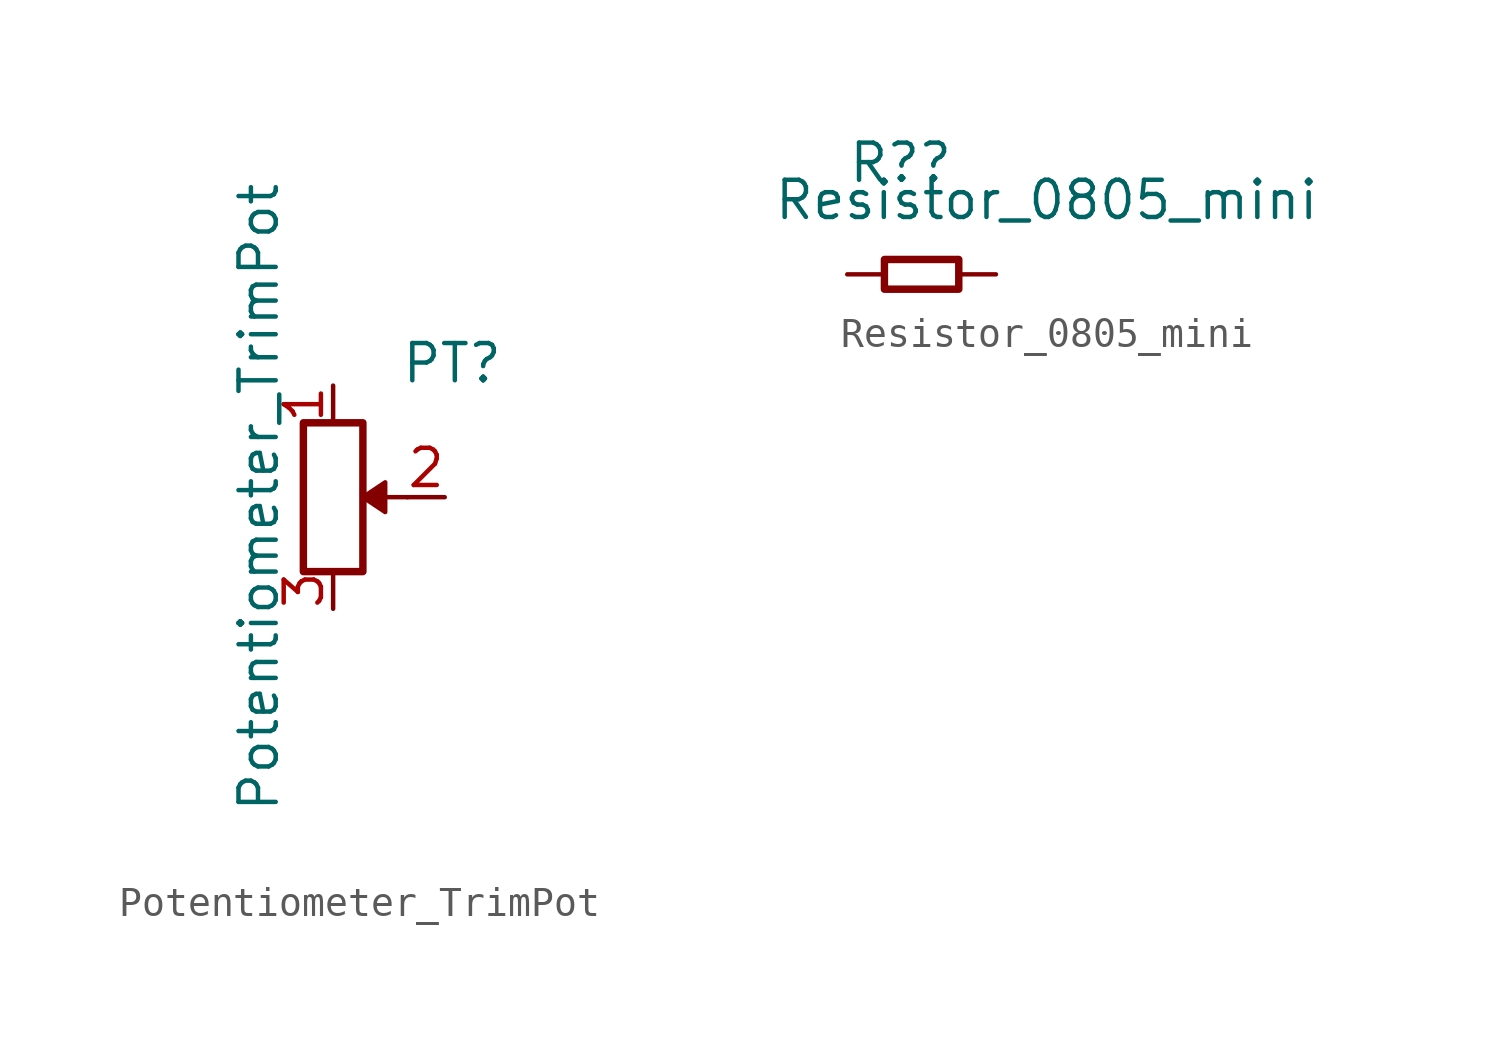
<source format=kicad_sym>
(kicad_symbol_lib
  (version 20211014)
  (generator kicad_symbol_editor)
  (symbol "Potentiometer_TrimPot"
    (pin_names
      (offset 1.016) hide)
    (property "Reference" "PT"
      (at 4.064 4.572 0)
      (effects (font (size 1.27 1.27))))
    (property "Value" "Potentiometer_TrimPot"
      (at -2.54 0 90)
      (effects (font (size 1.27 1.27))))
    (symbol "Potentiometer_TrimPot_0_1"
      (polyline (pts (xy 2.54 0) (xy 1.524 0)) (stroke (width 0) (type default) (color 0 0 0 0)) (fill (type none)))
      (polyline (pts (xy 1.016 0) (xy 1.778 0.508) (xy 1.778 -0.508) (xy 1.016 0)) (stroke (width 0) (type default) (color 0 0 0 0)) (fill (type outline)))
      (rectangle (start 1.016 2.54) (end -1.016 -2.54) (stroke (width 0.254) (type default) (color 0 0 0 0)) (fill (type none))))
    (symbol "Potentiometer_TrimPot_1_1"
      (pin passive line (at 0 3.81 270) (length 1.27) (name "1" (effects (font (size 1.27 1.27)))) (number "1" (effects (font (size 1.27 1.27)))))
      (pin passive line (at 3.81 0 180) (length 1.27) (name "2" (effects (font (size 1.27 1.27)))) (number "2" (effects (font (size 1.27 1.27)))))
      (pin passive line (at 0 -3.81 90) (length 1.27) (name "3" (effects (font (size 1.27 1.27)))) (number "3" (effects (font (size 1.27 1.27)))))))
  (symbol "Resistor_0805_mini"
    (pin_numbers hide)
    (pin_names
      (offset 0))
    (property "Reference" "R?"
      (at -2.54 3.81 0)
      (effects (font (size 1.27 1.27)) (justify left)))
    (property "Value" "Resistor_0805_mini"
      (at -5.08 2.54 0)
      (effects (font (size 1.27 1.27)) (justify left)))
    (symbol "Resistor_0805_mini_0_1"
      (rectangle (start -1.27 0.508) (end 1.27 -0.508) (stroke (width 0.254) (type default) (color 0 0 0 0)) (fill (type none))))
    (symbol "Resistor_0805_mini_1_1"
      (pin passive line (at -2.54 0 0) (length 1.27) (name "~" (effects (font (size 1.27 1.27)))) (number "1" (effects (font (size 1.27 1.27)))))
      (pin passive line (at 2.54 0 180) (length 1.27) (name "~" (effects (font (size 1.27 1.27)))) (number "2" (effects (font (size 1.27 1.27))))))))
</source>
